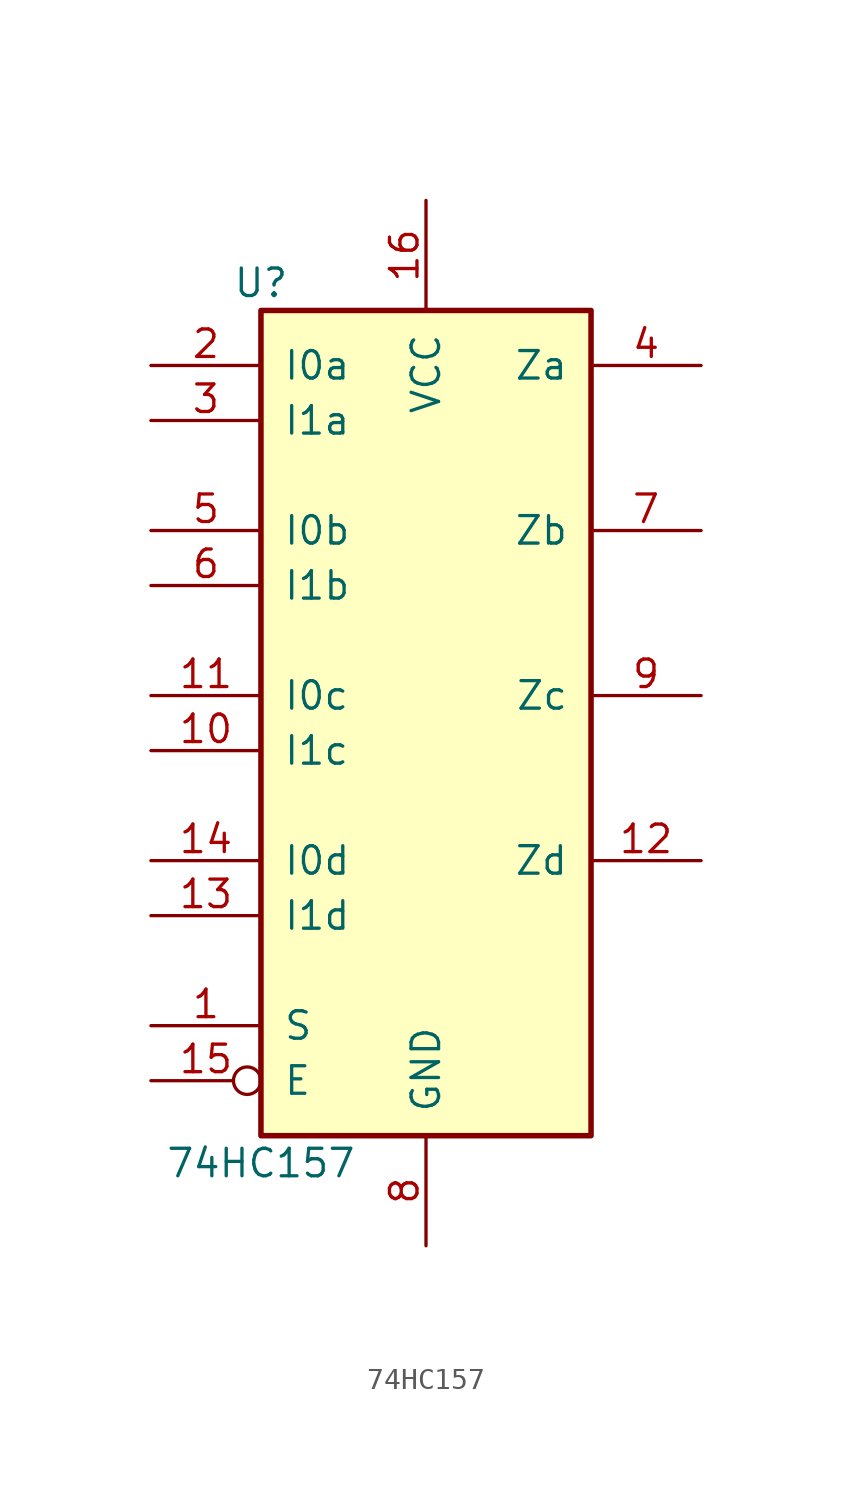
<source format=kicad_sym>
(kicad_symbol_lib
  (version 20211014)
  (generator kicad_symbol_editor)
  (symbol "74HC157"
    (pin_names
      (offset 1.016))
    (property "Reference" "U"
      (at -7.62 19.05 0)
      (effects (font (size 1.27 1.27))))
    (property "Value" "74HC157"
      (at -7.62 -21.59 0)
      (effects (font (size 1.27 1.27))))
    (symbol "74HC157_1_0"
      (pin input line (at -12.7 -15.24 0) (length 5.08) (name "S" (effects (font (size 1.27 1.27)))) (number "1" (effects (font (size 1.27 1.27)))))
      (pin input line (at -12.7 -2.54 0) (length 5.08) (name "I1c" (effects (font (size 1.27 1.27)))) (number "10" (effects (font (size 1.27 1.27)))))
      (pin input line (at -12.7 0 0) (length 5.08) (name "I0c" (effects (font (size 1.27 1.27)))) (number "11" (effects (font (size 1.27 1.27)))))
      (pin output line (at 12.7 -7.62 180) (length 5.08) (name "Zd" (effects (font (size 1.27 1.27)))) (number "12" (effects (font (size 1.27 1.27)))))
      (pin input line (at -12.7 -10.16 0) (length 5.08) (name "I1d" (effects (font (size 1.27 1.27)))) (number "13" (effects (font (size 1.27 1.27)))))
      (pin input line (at -12.7 -7.62 0) (length 5.08) (name "I0d" (effects (font (size 1.27 1.27)))) (number "14" (effects (font (size 1.27 1.27)))))
      (pin input inverted (at -12.7 -17.78 0) (length 5.08) (name "E" (effects (font (size 1.27 1.27)))) (number "15" (effects (font (size 1.27 1.27)))))
      (pin power_in line (at 0 22.86 270) (length 5.08) (name "VCC" (effects (font (size 1.27 1.27)))) (number "16" (effects (font (size 1.27 1.27)))))
      (pin input line (at -12.7 15.24 0) (length 5.08) (name "I0a" (effects (font (size 1.27 1.27)))) (number "2" (effects (font (size 1.27 1.27)))))
      (pin input line (at -12.7 12.7 0) (length 5.08) (name "I1a" (effects (font (size 1.27 1.27)))) (number "3" (effects (font (size 1.27 1.27)))))
      (pin output line (at 12.7 15.24 180) (length 5.08) (name "Za" (effects (font (size 1.27 1.27)))) (number "4" (effects (font (size 1.27 1.27)))))
      (pin input line (at -12.7 7.62 0) (length 5.08) (name "I0b" (effects (font (size 1.27 1.27)))) (number "5" (effects (font (size 1.27 1.27)))))
      (pin input line (at -12.7 5.08 0) (length 5.08) (name "I1b" (effects (font (size 1.27 1.27)))) (number "6" (effects (font (size 1.27 1.27)))))
      (pin output line (at 12.7 7.62 180) (length 5.08) (name "Zb" (effects (font (size 1.27 1.27)))) (number "7" (effects (font (size 1.27 1.27)))))
      (pin power_in line (at 0 -25.4 90) (length 5.08) (name "GND" (effects (font (size 1.27 1.27)))) (number "8" (effects (font (size 1.27 1.27)))))
      (pin output line (at 12.7 0 180) (length 5.08) (name "Zc" (effects (font (size 1.27 1.27)))) (number "9" (effects (font (size 1.27 1.27))))))
    (symbol "74HC157_1_1"
      (rectangle (start -7.62 17.78) (end 7.62 -20.32) (stroke (width 0.254) (type default) (color 0 0 0 0)) (fill (type background))))))
</source>
